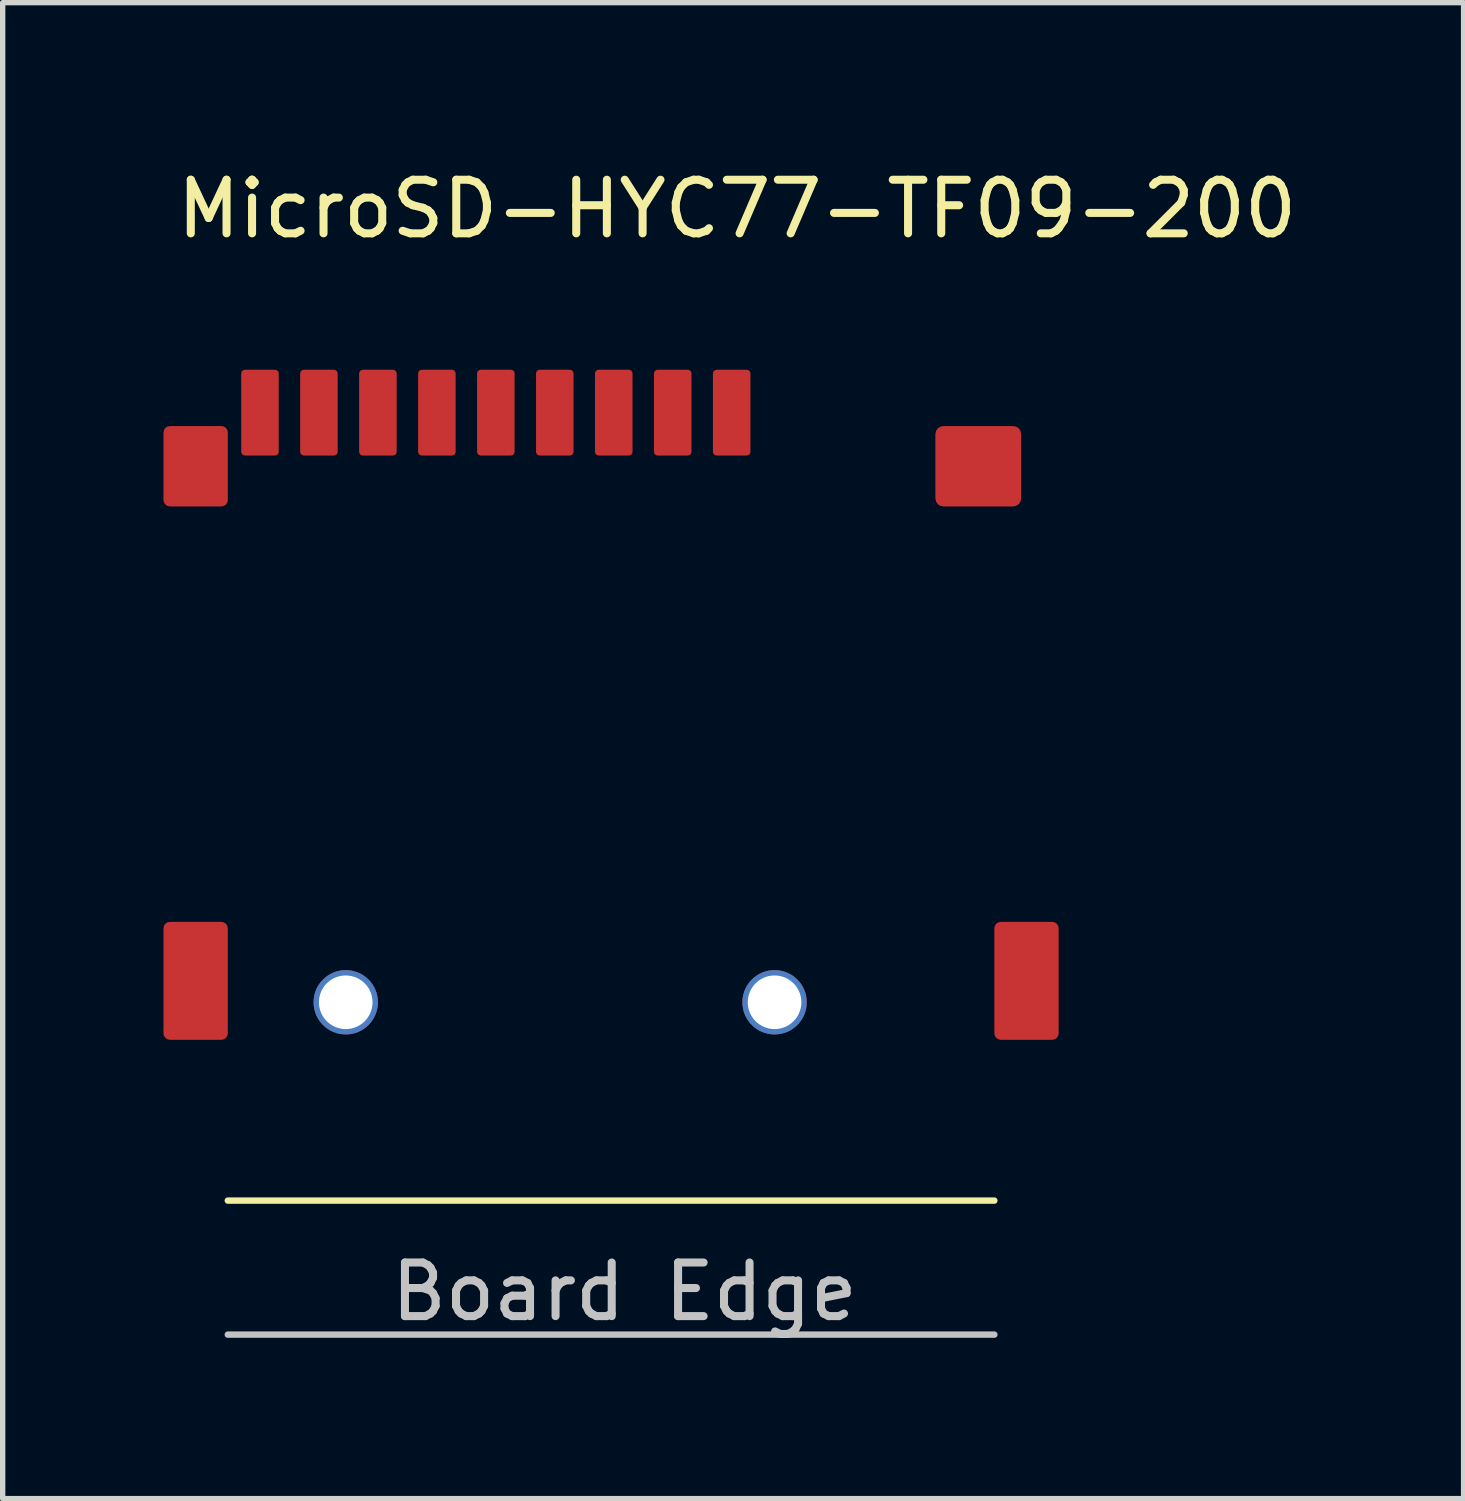
<source format=kicad_pcb>
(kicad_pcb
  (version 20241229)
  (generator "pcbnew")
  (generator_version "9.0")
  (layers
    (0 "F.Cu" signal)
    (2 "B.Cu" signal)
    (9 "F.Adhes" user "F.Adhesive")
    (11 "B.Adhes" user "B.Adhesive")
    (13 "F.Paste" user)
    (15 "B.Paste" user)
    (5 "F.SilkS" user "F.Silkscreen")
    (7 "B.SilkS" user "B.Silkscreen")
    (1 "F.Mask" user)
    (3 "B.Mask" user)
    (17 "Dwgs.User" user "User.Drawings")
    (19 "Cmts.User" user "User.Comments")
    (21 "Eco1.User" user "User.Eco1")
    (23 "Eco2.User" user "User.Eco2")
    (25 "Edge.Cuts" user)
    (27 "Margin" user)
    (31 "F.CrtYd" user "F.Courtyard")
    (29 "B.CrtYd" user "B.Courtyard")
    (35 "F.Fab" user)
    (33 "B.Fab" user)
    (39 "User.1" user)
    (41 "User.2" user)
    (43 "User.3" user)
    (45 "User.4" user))
  (footprint "MicroSD-HYC77-TF09-200"
    (layer "F.Cu")
    (at 1.2 15.648)
    (property "Reference" "MicroSD-HYC77-TF09-200" (at 9.5 -14.8 0) (layer "F.SilkS") (effects (font (size 1 1) (thickness 0.15))))
    (attr through_hole)
    (fp_line (start 0 3.7) (end 14.3 3.7) (stroke (width 0.12) (type solid)) (layer "F.SilkS"))
    (fp_line (start 0 6.2) (end 14.3 6.2) (stroke (width 0.12) (type solid)) (layer "Dwgs.User"))
    (fp_text user "Board Edge" (at 7.4 5.4 0) (layer "Dwgs.User") (effects (font (size 1 1) (thickness 0.15))))
    (pad "1" smd roundrect (at 9.4 -11) (size 0.7 1.6) (layers "F.Cu" "F.Mask" "F.Paste") (roundrect_rratio 0.1))
    (pad "2" smd roundrect (at 8.3 -11) (size 0.7 1.6) (layers "F.Cu" "F.Mask" "F.Paste") (roundrect_rratio 0.1))
    (pad "3" smd roundrect (at 7.2 -11) (size 0.7 1.6) (layers "F.Cu" "F.Mask" "F.Paste") (roundrect_rratio 0.1))
    (pad "4" smd roundrect (at 6.1 -11) (size 0.7 1.6) (layers "F.Cu" "F.Mask" "F.Paste") (roundrect_rratio 0.1))
    (pad "5" smd roundrect (at 5 -11) (size 0.7 1.6) (layers "F.Cu" "F.Mask" "F.Paste") (roundrect_rratio 0.1))
    (pad "6" smd roundrect (at 3.9 -11) (size 0.7 1.6) (layers "F.Cu" "F.Mask" "F.Paste") (roundrect_rratio 0.1))
    (pad "7" smd roundrect (at 2.8 -11) (size 0.7 1.6) (layers "F.Cu" "F.Mask" "F.Paste") (roundrect_rratio 0.1))
    (pad "8" smd roundrect (at 1.7 -11) (size 0.7 1.6) (layers "F.Cu" "F.Mask" "F.Paste") (roundrect_rratio 0.1))
    (pad "9" smd roundrect (at 0.6 -11) (size 0.7 1.6) (layers "F.Cu" "F.Mask" "F.Paste") (roundrect_rratio 0.1))
    (pad "11" smd roundrect (at -0.6 -10) (size 1.2 1.5) (layers "F.Cu" "F.Mask" "F.Paste") (roundrect_rratio 0.1))
    (pad "11" smd roundrect (at -0.6 -0.4) (size 1.2 2.2) (layers "F.Cu" "F.Mask" "F.Paste") (roundrect_rratio 0.1))
    (pad "11" smd roundrect (at 14 -10) (size 1.6 1.5) (layers "F.Cu" "F.Mask" "F.Paste") (roundrect_rratio 0.1))
    (pad "11" smd roundrect (at 14.9 -0.4) (size 1.2 2.2) (layers "F.Cu" "F.Mask" "F.Paste") (roundrect_rratio 0.1))
    (pad "~" thru_hole circle (at 2.2 0) (size 1.2 1.2) (drill 1) (layers "*.Cu" "*.Mask"))
    (pad "~" thru_hole circle (at 10.2 0) (size 1.2 1.2) (drill 1) (layers "*.Cu" "*.Mask")))
  (gr_rect
    (start -3 -3)
    (end 24.254 24.908)
    (stroke (width 0.1) (type default))
    (fill no)
    (layer "Edge.Cuts")))
</source>
